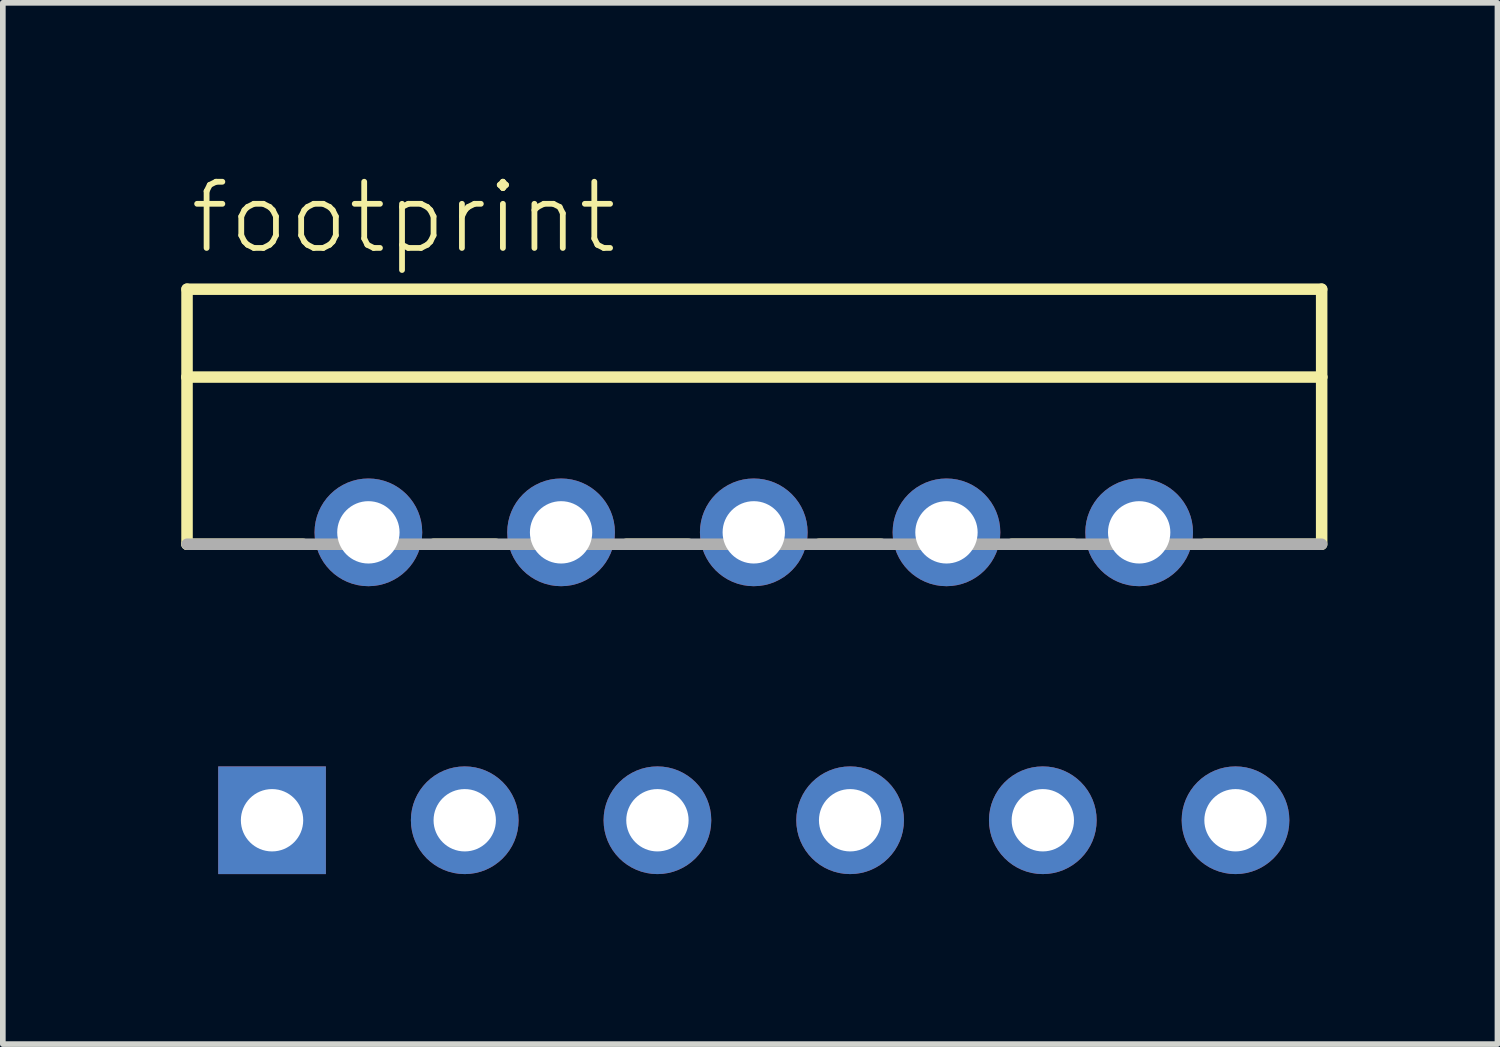
<source format=kicad_pcb>
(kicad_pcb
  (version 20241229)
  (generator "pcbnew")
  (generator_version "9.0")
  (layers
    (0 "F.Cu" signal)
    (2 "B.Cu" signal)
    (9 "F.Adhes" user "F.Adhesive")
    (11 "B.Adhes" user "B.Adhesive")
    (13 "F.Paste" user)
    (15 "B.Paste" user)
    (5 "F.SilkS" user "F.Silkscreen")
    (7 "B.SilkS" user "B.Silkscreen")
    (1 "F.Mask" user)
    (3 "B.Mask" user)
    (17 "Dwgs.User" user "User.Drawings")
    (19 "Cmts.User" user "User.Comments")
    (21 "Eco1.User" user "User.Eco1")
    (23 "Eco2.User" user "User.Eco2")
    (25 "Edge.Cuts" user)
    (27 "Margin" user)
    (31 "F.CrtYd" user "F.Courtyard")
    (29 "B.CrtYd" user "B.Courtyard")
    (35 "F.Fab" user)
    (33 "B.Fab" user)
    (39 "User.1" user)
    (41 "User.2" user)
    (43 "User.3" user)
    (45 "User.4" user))
  (footprint "footprint"
    (layer "F.Cu")
    (at 0.25 6.553)
    (property "Reference" "footprint" (at 0 -5.08 0) (layer "F.SilkS") (effects (font (size 1.168 1.168) (thickness 0.102)) (justify left bottom)))
    (fp_line (start 0 -4.5) (end 0 -2.95) (stroke (width 0.203) (type solid)) (layer "F.SilkS"))
    (fp_line (start 0 -2.95) (end 0 0) (stroke (width 0.203) (type solid)) (layer "F.SilkS"))
    (fp_line (start 0 -2.95) (end 20.02 -2.95) (stroke (width 0.203) (type solid)) (layer "F.SilkS"))
    (fp_line (start 0 0) (end 2.05 0) (stroke (width 0.203) (type solid)) (layer "F.SilkS"))
    (fp_line (start 4.35 0) (end 5.45 0) (stroke (width 0.203) (type solid)) (layer "F.SilkS"))
    (fp_line (start 7.75 0) (end 8.85 0) (stroke (width 0.203) (type solid)) (layer "F.SilkS"))
    (fp_line (start 11.15 0) (end 12.25 0) (stroke (width 0.203) (type solid)) (layer "F.SilkS"))
    (fp_line (start 14.55 0) (end 15.65 0) (stroke (width 0.203) (type solid)) (layer "F.SilkS"))
    (fp_line (start 20 0) (end 17.95 0) (stroke (width 0.203) (type solid)) (layer "F.SilkS"))
    (fp_line (start 20.02 -4.5) (end 0 -4.5) (stroke (width 0.203) (type solid)) (layer "F.SilkS"))
    (fp_line (start 20.02 -2.95) (end 20.02 -4.5) (stroke (width 0.203) (type solid)) (layer "F.SilkS"))
    (fp_line (start 20.02 0) (end 20.02 -2.95) (stroke (width 0.203) (type solid)) (layer "F.SilkS"))
    (fp_line (start 0 0) (end 20.02 0) (stroke (width 0.203) (type solid)) (layer "F.Fab"))
    (pad "1" thru_hole rect (at 1.5 4.87) (size 1.9 1.9) (drill 1.1) (layers "*.Cu" "*.Mask"))
    (pad "2" thru_hole circle (at 3.2 -0.21) (size 1.9 1.9) (drill 1.1) (layers "*.Cu" "*.Mask"))
    (pad "3" thru_hole circle (at 4.9 4.87) (size 1.9 1.9) (drill 1.1) (layers "*.Cu" "*.Mask"))
    (pad "4" thru_hole circle (at 6.6 -0.21) (size 1.9 1.9) (drill 1.1) (layers "*.Cu" "*.Mask"))
    (pad "5" thru_hole circle (at 8.3 4.87) (size 1.9 1.9) (drill 1.1) (layers "*.Cu" "*.Mask"))
    (pad "6" thru_hole circle (at 10 -0.21) (size 1.9 1.9) (drill 1.1) (layers "*.Cu" "*.Mask"))
    (pad "7" thru_hole circle (at 11.7 4.87) (size 1.9 1.9) (drill 1.1) (layers "*.Cu" "*.Mask"))
    (pad "8" thru_hole circle (at 13.4 -0.21) (size 1.9 1.9) (drill 1.1) (layers "*.Cu" "*.Mask"))
    (pad "9" thru_hole circle (at 15.1 4.87) (size 1.9 1.9) (drill 1.1) (layers "*.Cu" "*.Mask"))
    (pad "10" thru_hole circle (at 16.8 -0.21) (size 1.9 1.9) (drill 1.1) (layers "*.Cu" "*.Mask"))
    (pad "11" thru_hole circle (at 18.5 4.87) (size 1.9 1.9) (drill 1.1) (layers "*.Cu" "*.Mask")))
  (gr_rect
    (start -3 -3)
    (end 23.372 15.373)
    (stroke (width 0.1) (type default))
    (fill no)
    (layer "Edge.Cuts")))
</source>
